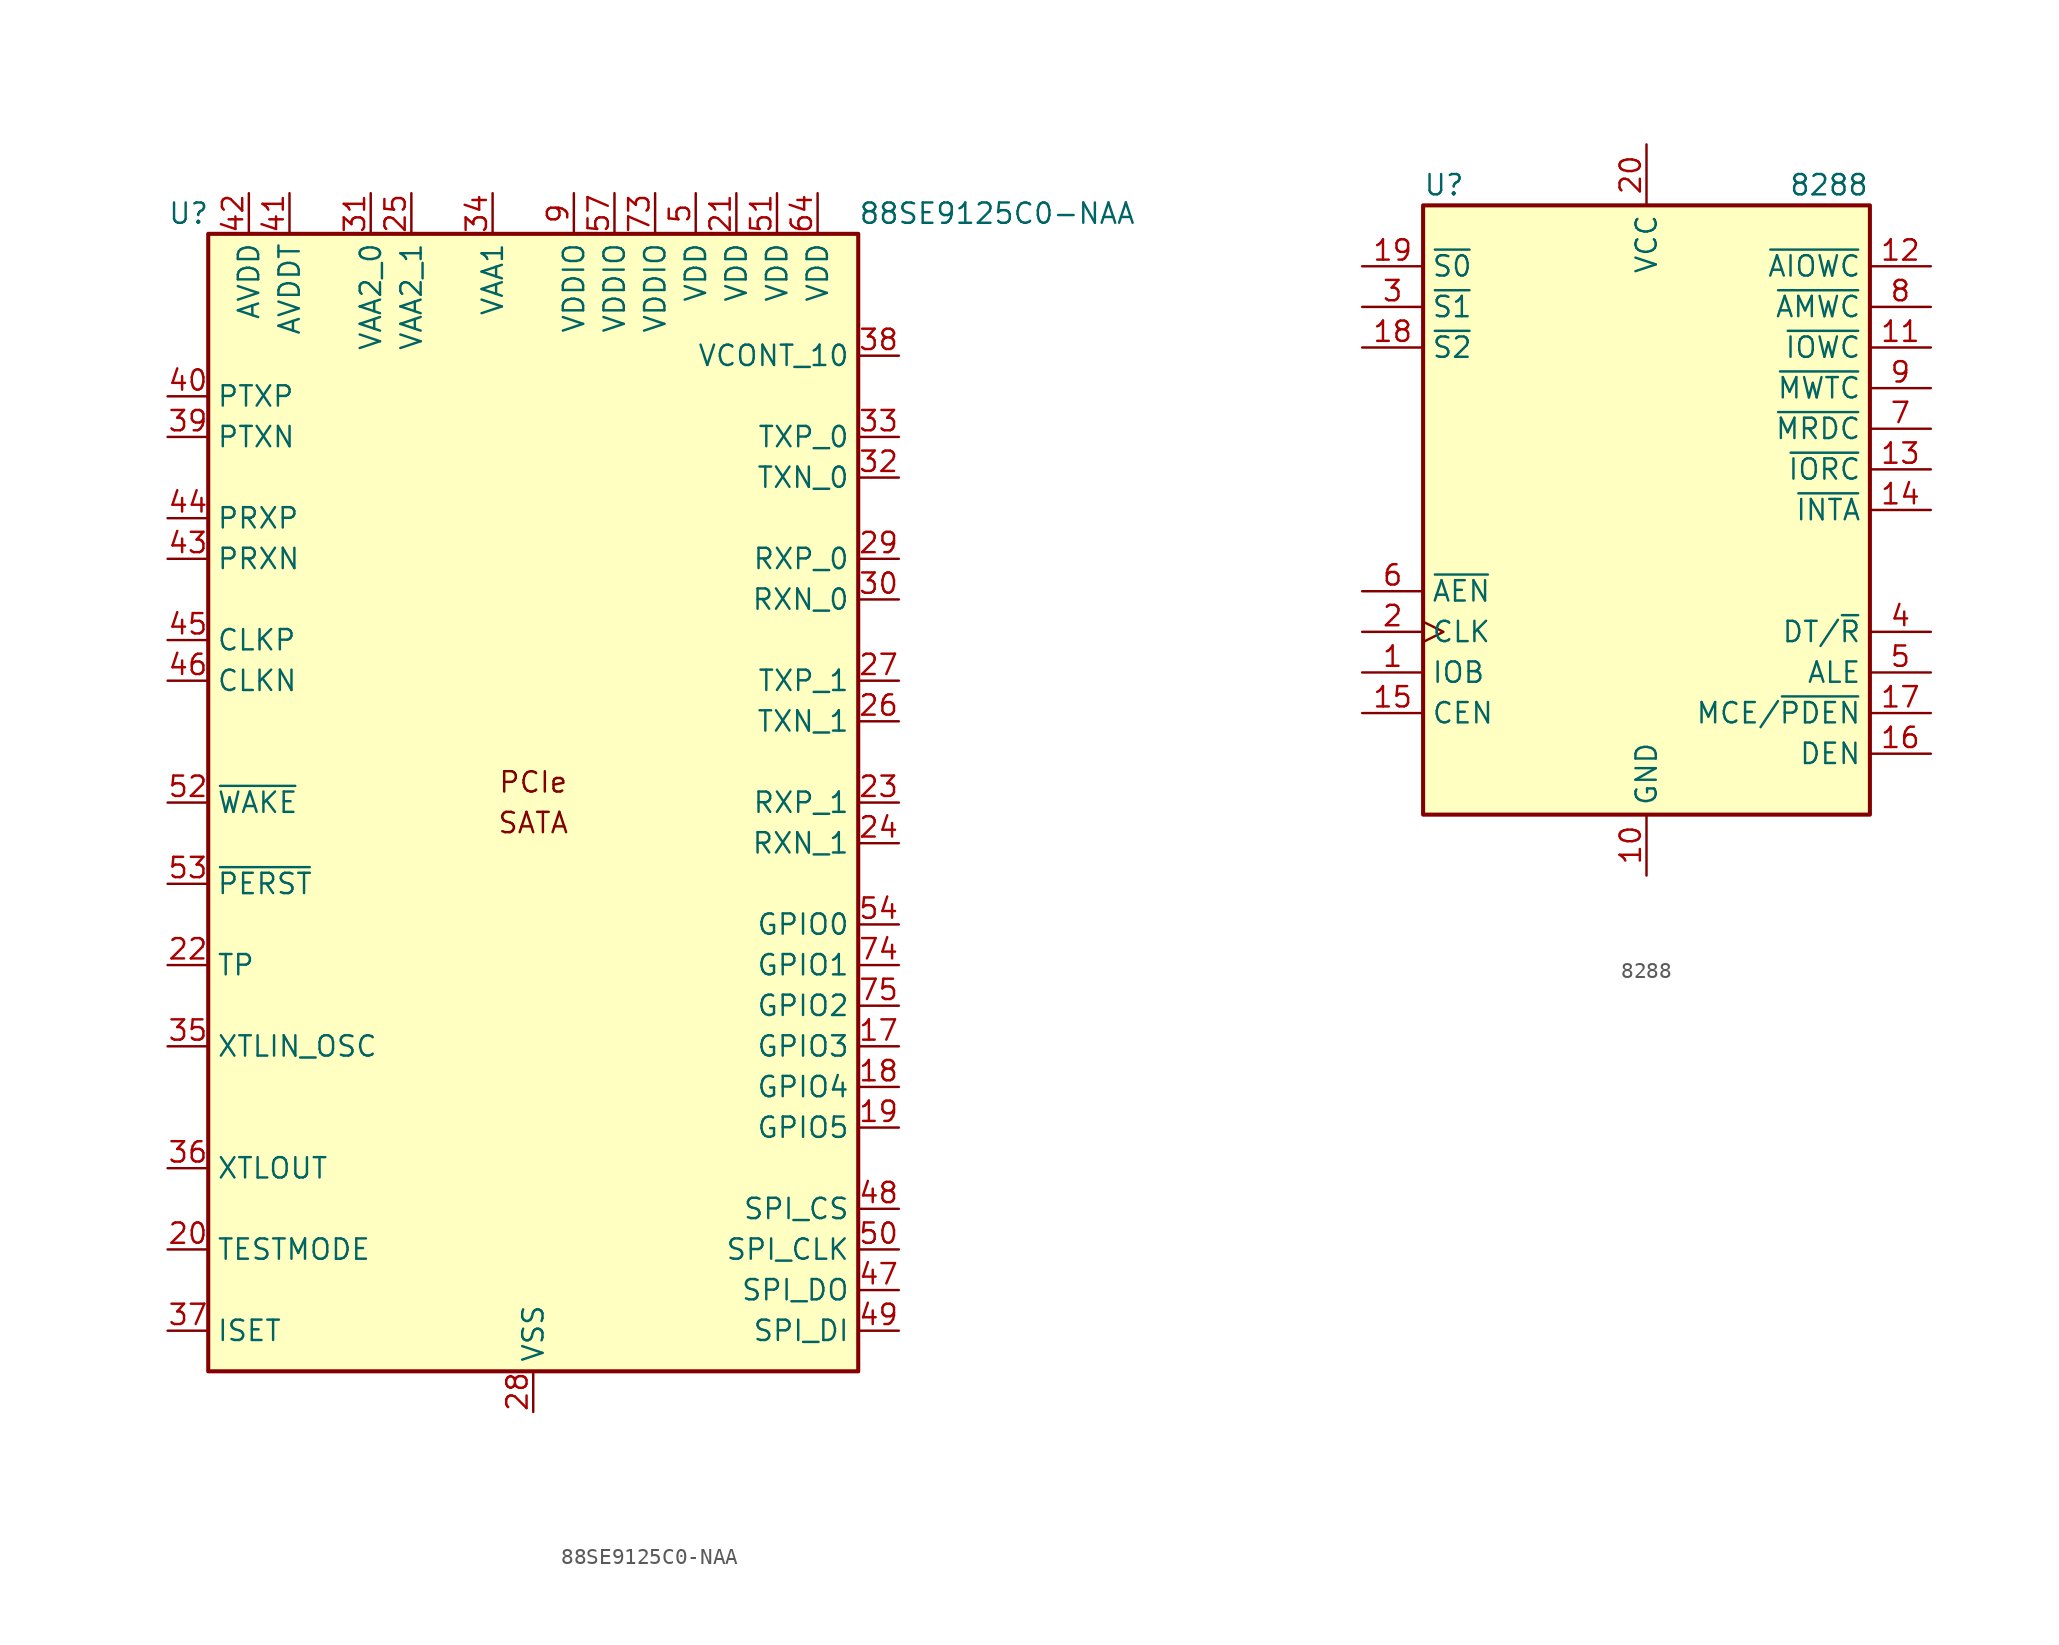
<source format=kicad_sym>
(kicad_symbol_lib
  (version 20201005)
  (generator kicad_symbol_editor)
  (symbol "88SE9125C0-NAA"
    (property "Reference" "U"
      (at -22.86 36.83 0)
      (effects (font (size 1.27 1.27)) (justify left)))
    (property "Value" "88SE9125C0-NAA"
      (at 20.32 36.83 0)
      (effects (font (size 1.27 1.27)) (justify left)))
    (symbol "88SE9125C0-NAA_0_0"
      (text "PCIe" (at 0 1.27 0) (effects (font (size 1.27 1.27)))))
    (symbol "88SE9125C0-NAA_0_1"
      (rectangle (start -20.32 35.56) (end 20.32 -35.56) (stroke (width 0.254)) (fill (type background))))
    (symbol "88SE9125C0-NAA_1_0"
      (text "SATA" (at 0 -1.27 0) (effects (font (size 1.27 1.27)))))
    (symbol "88SE9125C0-NAA_1_1"
      (pin no_connect line (at 20.32 25.4 180) (length 2.54) hide (name "NC" (effects (font (size 1.27 1.27)))) (number "1" (effects (font (size 1.27 1.27)))))
      (pin no_connect line (at -20.32 -7.62 0) (length 2.54) hide (name "NC" (effects (font (size 1.27 1.27)))) (number "10" (effects (font (size 1.27 1.27)))))
      (pin no_connect line (at 5.08 -35.56 90) (length 2.54) hide (name "NC" (effects (font (size 1.27 1.27)))) (number "11" (effects (font (size 1.27 1.27)))))
      (pin no_connect line (at -20.32 -30.48 0) (length 2.54) hide (name "NC" (effects (font (size 1.27 1.27)))) (number "12" (effects (font (size 1.27 1.27)))))
      (pin passive line (at 10.16 38.1 270) (length 2.54) hide (name "VDD" (effects (font (size 1.27 1.27)))) (number "13" (effects (font (size 1.27 1.27)))))
      (pin no_connect line (at -20.32 -25.4 0) (length 2.54) hide (name "NC" (effects (font (size 1.27 1.27)))) (number "14" (effects (font (size 1.27 1.27)))))
      (pin no_connect line (at -20.32 -20.32 0) (length 2.54) hide (name "NC" (effects (font (size 1.27 1.27)))) (number "15" (effects (font (size 1.27 1.27)))))
      (pin no_connect line (at -20.32 -17.78 0) (length 2.54) hide (name "NC" (effects (font (size 1.27 1.27)))) (number "16" (effects (font (size 1.27 1.27)))))
      (pin bidirectional line (at 22.86 -15.24 180) (length 2.54) (name "GPIO3" (effects (font (size 1.27 1.27)))) (number "17" (effects (font (size 1.27 1.27)))))
      (pin bidirectional line (at 22.86 -17.78 180) (length 2.54) (name "GPIO4" (effects (font (size 1.27 1.27)))) (number "18" (effects (font (size 1.27 1.27)))))
      (pin bidirectional line (at 22.86 -20.32 180) (length 2.54) (name "GPIO5" (effects (font (size 1.27 1.27)))) (number "19" (effects (font (size 1.27 1.27)))))
      (pin no_connect line (at 20.32 17.78 180) (length 2.54) hide (name "NC" (effects (font (size 1.27 1.27)))) (number "2" (effects (font (size 1.27 1.27)))))
      (pin input line (at -22.86 -27.94 0) (length 2.54) (name "TESTMODE" (effects (font (size 1.27 1.27)))) (number "20" (effects (font (size 1.27 1.27)))))
      (pin power_in line (at 12.7 38.1 270) (length 2.54) (name "VDD" (effects (font (size 1.27 1.27)))) (number "21" (effects (font (size 1.27 1.27)))))
      (pin bidirectional line (at -22.86 -10.16 0) (length 2.54) (name "TP" (effects (font (size 1.27 1.27)))) (number "22" (effects (font (size 1.27 1.27)))))
      (pin input line (at 22.86 0 180) (length 2.54) (name "RXP_1" (effects (font (size 1.27 1.27)))) (number "23" (effects (font (size 1.27 1.27)))))
      (pin input line (at 22.86 -2.54 180) (length 2.54) (name "RXN_1" (effects (font (size 1.27 1.27)))) (number "24" (effects (font (size 1.27 1.27)))))
      (pin power_in line (at -7.62 38.1 270) (length 2.54) (name "VAA2_1" (effects (font (size 1.27 1.27)))) (number "25" (effects (font (size 1.27 1.27)))))
      (pin output line (at 22.86 5.08 180) (length 2.54) (name "TXN_1" (effects (font (size 1.27 1.27)))) (number "26" (effects (font (size 1.27 1.27)))))
      (pin output line (at 22.86 7.62 180) (length 2.54) (name "TXP_1" (effects (font (size 1.27 1.27)))) (number "27" (effects (font (size 1.27 1.27)))))
      (pin power_in line (at 0 -38.1 90) (length 2.54) (name "VSS" (effects (font (size 1.27 1.27)))) (number "28" (effects (font (size 1.27 1.27)))))
      (pin input line (at 22.86 15.24 180) (length 2.54) (name "RXP_0" (effects (font (size 1.27 1.27)))) (number "29" (effects (font (size 1.27 1.27)))))
      (pin no_connect line (at 20.32 10.16 180) (length 2.54) hide (name "NC" (effects (font (size 1.27 1.27)))) (number "3" (effects (font (size 1.27 1.27)))))
      (pin input line (at 22.86 12.7 180) (length 2.54) (name "RXN_0" (effects (font (size 1.27 1.27)))) (number "30" (effects (font (size 1.27 1.27)))))
      (pin power_in line (at -10.16 38.1 270) (length 2.54) (name "VAA2_0" (effects (font (size 1.27 1.27)))) (number "31" (effects (font (size 1.27 1.27)))))
      (pin output line (at 22.86 20.32 180) (length 2.54) (name "TXN_0" (effects (font (size 1.27 1.27)))) (number "32" (effects (font (size 1.27 1.27)))))
      (pin output line (at 22.86 22.86 180) (length 2.54) (name "TXP_0" (effects (font (size 1.27 1.27)))) (number "33" (effects (font (size 1.27 1.27)))))
      (pin power_in line (at -2.54 38.1 270) (length 2.54) (name "VAA1" (effects (font (size 1.27 1.27)))) (number "34" (effects (font (size 1.27 1.27)))))
      (pin input line (at -22.86 -15.24 0) (length 2.54) (name "XTLIN_OSC" (effects (font (size 1.27 1.27)))) (number "35" (effects (font (size 1.27 1.27)))))
      (pin output line (at -22.86 -22.86 0) (length 2.54) (name "XTLOUT" (effects (font (size 1.27 1.27)))) (number "36" (effects (font (size 1.27 1.27)))))
      (pin bidirectional line (at -22.86 -33.02 0) (length 2.54) (name "ISET" (effects (font (size 1.27 1.27)))) (number "37" (effects (font (size 1.27 1.27)))))
      (pin output line (at 22.86 27.94 180) (length 2.54) (name "VCONT_10" (effects (font (size 1.27 1.27)))) (number "38" (effects (font (size 1.27 1.27)))))
      (pin output line (at -22.86 22.86 0) (length 2.54) (name "PTXN" (effects (font (size 1.27 1.27)))) (number "39" (effects (font (size 1.27 1.27)))))
      (pin no_connect line (at 20.32 2.54 180) (length 2.54) hide (name "NC" (effects (font (size 1.27 1.27)))) (number "4" (effects (font (size 1.27 1.27)))))
      (pin output line (at -22.86 25.4 0) (length 2.54) (name "PTXP" (effects (font (size 1.27 1.27)))) (number "40" (effects (font (size 1.27 1.27)))))
      (pin power_in line (at -15.24 38.1 270) (length 2.54) (name "AVDDT" (effects (font (size 1.27 1.27)))) (number "41" (effects (font (size 1.27 1.27)))))
      (pin power_in line (at -17.78 38.1 270) (length 2.54) (name "AVDD" (effects (font (size 1.27 1.27)))) (number "42" (effects (font (size 1.27 1.27)))))
      (pin input line (at -22.86 15.24 0) (length 2.54) (name "PRXN" (effects (font (size 1.27 1.27)))) (number "43" (effects (font (size 1.27 1.27)))))
      (pin input line (at -22.86 17.78 0) (length 2.54) (name "PRXP" (effects (font (size 1.27 1.27)))) (number "44" (effects (font (size 1.27 1.27)))))
      (pin input line (at -22.86 10.16 0) (length 2.54) (name "CLKP" (effects (font (size 1.27 1.27)))) (number "45" (effects (font (size 1.27 1.27)))))
      (pin input line (at -22.86 7.62 0) (length 2.54) (name "CLKN" (effects (font (size 1.27 1.27)))) (number "46" (effects (font (size 1.27 1.27)))))
      (pin output line (at 22.86 -30.48 180) (length 2.54) (name "SPI_DO" (effects (font (size 1.27 1.27)))) (number "47" (effects (font (size 1.27 1.27)))))
      (pin output line (at 22.86 -25.4 180) (length 2.54) (name "SPI_CS" (effects (font (size 1.27 1.27)))) (number "48" (effects (font (size 1.27 1.27)))))
      (pin input line (at 22.86 -33.02 180) (length 2.54) (name "SPI_DI" (effects (font (size 1.27 1.27)))) (number "49" (effects (font (size 1.27 1.27)))))
      (pin power_in line (at 10.16 38.1 270) (length 2.54) (name "VDD" (effects (font (size 1.27 1.27)))) (number "5" (effects (font (size 1.27 1.27)))))
      (pin output line (at 22.86 -27.94 180) (length 2.54) (name "SPI_CLK" (effects (font (size 1.27 1.27)))) (number "50" (effects (font (size 1.27 1.27)))))
      (pin power_in line (at 15.24 38.1 270) (length 2.54) (name "VDD" (effects (font (size 1.27 1.27)))) (number "51" (effects (font (size 1.27 1.27)))))
      (pin open_collector line (at -22.86 0 0) (length 2.54) (name "~WAKE" (effects (font (size 1.27 1.27)))) (number "52" (effects (font (size 1.27 1.27)))))
      (pin input line (at -22.86 -5.08 0) (length 2.54) (name "~PERST" (effects (font (size 1.27 1.27)))) (number "53" (effects (font (size 1.27 1.27)))))
      (pin bidirectional line (at 22.86 -7.62 180) (length 2.54) (name "GPIO0" (effects (font (size 1.27 1.27)))) (number "54" (effects (font (size 1.27 1.27)))))
      (pin no_connect line (at -20.32 -12.7 0) (length 2.54) hide (name "NC" (effects (font (size 1.27 1.27)))) (number "55" (effects (font (size 1.27 1.27)))))
      (pin no_connect line (at 20.32 30.48 180) (length 2.54) hide (name "NC" (effects (font (size 1.27 1.27)))) (number "56" (effects (font (size 1.27 1.27)))))
      (pin power_in line (at 5.08 38.1 270) (length 2.54) (name "VDDIO" (effects (font (size 1.27 1.27)))) (number "57" (effects (font (size 1.27 1.27)))))
      (pin no_connect line (at -20.32 2.54 0) (length 2.54) hide (name "NC" (effects (font (size 1.27 1.27)))) (number "58" (effects (font (size 1.27 1.27)))))
      (pin no_connect line (at -20.32 5.08 0) (length 2.54) hide (name "NC" (effects (font (size 1.27 1.27)))) (number "59" (effects (font (size 1.27 1.27)))))
      (pin no_connect line (at 20.32 -5.08 180) (length 2.54) hide (name "NC" (effects (font (size 1.27 1.27)))) (number "6" (effects (font (size 1.27 1.27)))))
      (pin no_connect line (at -20.32 12.7 0) (length 2.54) hide (name "NC" (effects (font (size 1.27 1.27)))) (number "60" (effects (font (size 1.27 1.27)))))
      (pin no_connect line (at -20.32 20.32 0) (length 2.54) hide (name "NC" (effects (font (size 1.27 1.27)))) (number "61" (effects (font (size 1.27 1.27)))))
      (pin no_connect line (at -20.32 27.94 0) (length 2.54) hide (name "NC" (effects (font (size 1.27 1.27)))) (number "62" (effects (font (size 1.27 1.27)))))
      (pin no_connect line (at -2.54 -35.56 90) (length 2.54) hide (name "NC" (effects (font (size 1.27 1.27)))) (number "63" (effects (font (size 1.27 1.27)))))
      (pin power_in line (at 17.78 38.1 270) (length 2.54) (name "VDD" (effects (font (size 1.27 1.27)))) (number "64" (effects (font (size 1.27 1.27)))))
      (pin no_connect line (at -5.08 -35.56 90) (length 2.54) hide (name "NC" (effects (font (size 1.27 1.27)))) (number "65" (effects (font (size 1.27 1.27)))))
      (pin no_connect line (at -7.62 -35.56 90) (length 2.54) hide (name "NC" (effects (font (size 1.27 1.27)))) (number "66" (effects (font (size 1.27 1.27)))))
      (pin no_connect line (at -10.16 -35.56 90) (length 2.54) hide (name "NC" (effects (font (size 1.27 1.27)))) (number "67" (effects (font (size 1.27 1.27)))))
      (pin no_connect line (at -12.7 -35.56 90) (length 2.54) hide (name "NC" (effects (font (size 1.27 1.27)))) (number "68" (effects (font (size 1.27 1.27)))))
      (pin no_connect line (at 2.54 -35.56 90) (length 2.54) hide (name "NC" (effects (font (size 1.27 1.27)))) (number "69" (effects (font (size 1.27 1.27)))))
      (pin no_connect line (at 20.32 -22.86 180) (length 2.54) hide (name "NC" (effects (font (size 1.27 1.27)))) (number "7" (effects (font (size 1.27 1.27)))))
      (pin no_connect line (at 7.62 -35.56 90) (length 2.54) hide (name "NC" (effects (font (size 1.27 1.27)))) (number "70" (effects (font (size 1.27 1.27)))))
      (pin passive line (at 17.78 38.1 270) (length 2.54) hide (name "VDD" (effects (font (size 1.27 1.27)))) (number "71" (effects (font (size 1.27 1.27)))))
      (pin no_connect line (at -12.7 35.56 270) (length 2.54) hide (name "NC" (effects (font (size 1.27 1.27)))) (number "72" (effects (font (size 1.27 1.27)))))
      (pin power_in line (at 7.62 38.1 270) (length 2.54) (name "VDDIO" (effects (font (size 1.27 1.27)))) (number "73" (effects (font (size 1.27 1.27)))))
      (pin bidirectional line (at 22.86 -10.16 180) (length 2.54) (name "GPIO1" (effects (font (size 1.27 1.27)))) (number "74" (effects (font (size 1.27 1.27)))))
      (pin bidirectional line (at 22.86 -12.7 180) (length 2.54) (name "GPIO2" (effects (font (size 1.27 1.27)))) (number "75" (effects (font (size 1.27 1.27)))))
      (pin no_connect line (at -5.08 35.56 270) (length 2.54) hide (name "NC" (effects (font (size 1.27 1.27)))) (number "76" (effects (font (size 1.27 1.27)))))
      (pin passive line (at 0 -38.1 90) (length 2.54) hide (name "VSS" (effects (font (size 1.27 1.27)))) (number "77" (effects (font (size 1.27 1.27)))))
      (pin no_connect line (at -20.32 -2.54 0) (length 2.54) hide (name "NC" (effects (font (size 1.27 1.27)))) (number "8" (effects (font (size 1.27 1.27)))))
      (pin power_in line (at 2.54 38.1 270) (length 2.54) (name "VDDIO" (effects (font (size 1.27 1.27)))) (number "9" (effects (font (size 1.27 1.27)))))))
  (symbol "8288"
    (property "Reference" "U"
      (at -13.97 20.32 0)
      (effects (font (size 1.27 1.27)) (justify left)))
    (property "Value" "8288"
      (at 8.89 20.32 0)
      (effects (font (size 1.27 1.27)) (justify left)))
    (symbol "8288_0_0"
      (rectangle (start -13.97 -19.05) (end 13.97 19.05) (stroke (width 0.254)) (fill (type background))))
    (symbol "8288_1_1"
      (pin input line (at -17.78 -10.16 0) (length 3.81) (name "IOB" (effects (font (size 1.27 1.27)))) (number "1" (effects (font (size 1.27 1.27)))))
      (pin power_in line (at 0 -22.86 90) (length 3.81) (name "GND" (effects (font (size 1.27 1.27)))) (number "10" (effects (font (size 1.27 1.27)))))
      (pin tri_state line (at 17.78 10.16 180) (length 3.81) (name "~IOWC~" (effects (font (size 1.27 1.27)))) (number "11" (effects (font (size 1.27 1.27)))))
      (pin tri_state line (at 17.78 15.24 180) (length 3.81) (name "~AIOWC~" (effects (font (size 1.27 1.27)))) (number "12" (effects (font (size 1.27 1.27)))))
      (pin tri_state line (at 17.78 2.54 180) (length 3.81) (name "~IORC~" (effects (font (size 1.27 1.27)))) (number "13" (effects (font (size 1.27 1.27)))))
      (pin tri_state line (at 17.78 0 180) (length 3.81) (name "~INTA~" (effects (font (size 1.27 1.27)))) (number "14" (effects (font (size 1.27 1.27)))))
      (pin input line (at -17.78 -12.7 0) (length 3.81) (name "CEN" (effects (font (size 1.27 1.27)))) (number "15" (effects (font (size 1.27 1.27)))))
      (pin output line (at 17.78 -15.24 180) (length 3.81) (name "DEN" (effects (font (size 1.27 1.27)))) (number "16" (effects (font (size 1.27 1.27)))))
      (pin output line (at 17.78 -12.7 180) (length 3.81) (name "MCE/~PDEN~" (effects (font (size 1.27 1.27)))) (number "17" (effects (font (size 1.27 1.27)))))
      (pin input line (at -17.78 10.16 0) (length 3.81) (name "~S2~" (effects (font (size 1.27 1.27)))) (number "18" (effects (font (size 1.27 1.27)))))
      (pin input line (at -17.78 15.24 0) (length 3.81) (name "~S0~" (effects (font (size 1.27 1.27)))) (number "19" (effects (font (size 1.27 1.27)))))
      (pin input clock (at -17.78 -7.62 0) (length 3.81) (name "CLK" (effects (font (size 1.27 1.27)))) (number "2" (effects (font (size 1.27 1.27)))))
      (pin power_in line (at 0 22.86 270) (length 3.81) (name "VCC" (effects (font (size 1.27 1.27)))) (number "20" (effects (font (size 1.27 1.27)))))
      (pin input line (at -17.78 12.7 0) (length 3.81) (name "~S1~" (effects (font (size 1.27 1.27)))) (number "3" (effects (font (size 1.27 1.27)))))
      (pin output line (at 17.78 -7.62 180) (length 3.81) (name "DT/~R~" (effects (font (size 1.27 1.27)))) (number "4" (effects (font (size 1.27 1.27)))))
      (pin output line (at 17.78 -10.16 180) (length 3.81) (name "ALE" (effects (font (size 1.27 1.27)))) (number "5" (effects (font (size 1.27 1.27)))))
      (pin input line (at -17.78 -5.08 0) (length 3.81) (name "~AEN~" (effects (font (size 1.27 1.27)))) (number "6" (effects (font (size 1.27 1.27)))))
      (pin tri_state line (at 17.78 5.08 180) (length 3.81) (name "~MRDC~" (effects (font (size 1.27 1.27)))) (number "7" (effects (font (size 1.27 1.27)))))
      (pin tri_state line (at 17.78 12.7 180) (length 3.81) (name "~AMWC~" (effects (font (size 1.27 1.27)))) (number "8" (effects (font (size 1.27 1.27)))))
      (pin tri_state line (at 17.78 7.62 180) (length 3.81) (name "~MWTC~" (effects (font (size 1.27 1.27)))) (number "9" (effects (font (size 1.27 1.27))))))))
</source>
